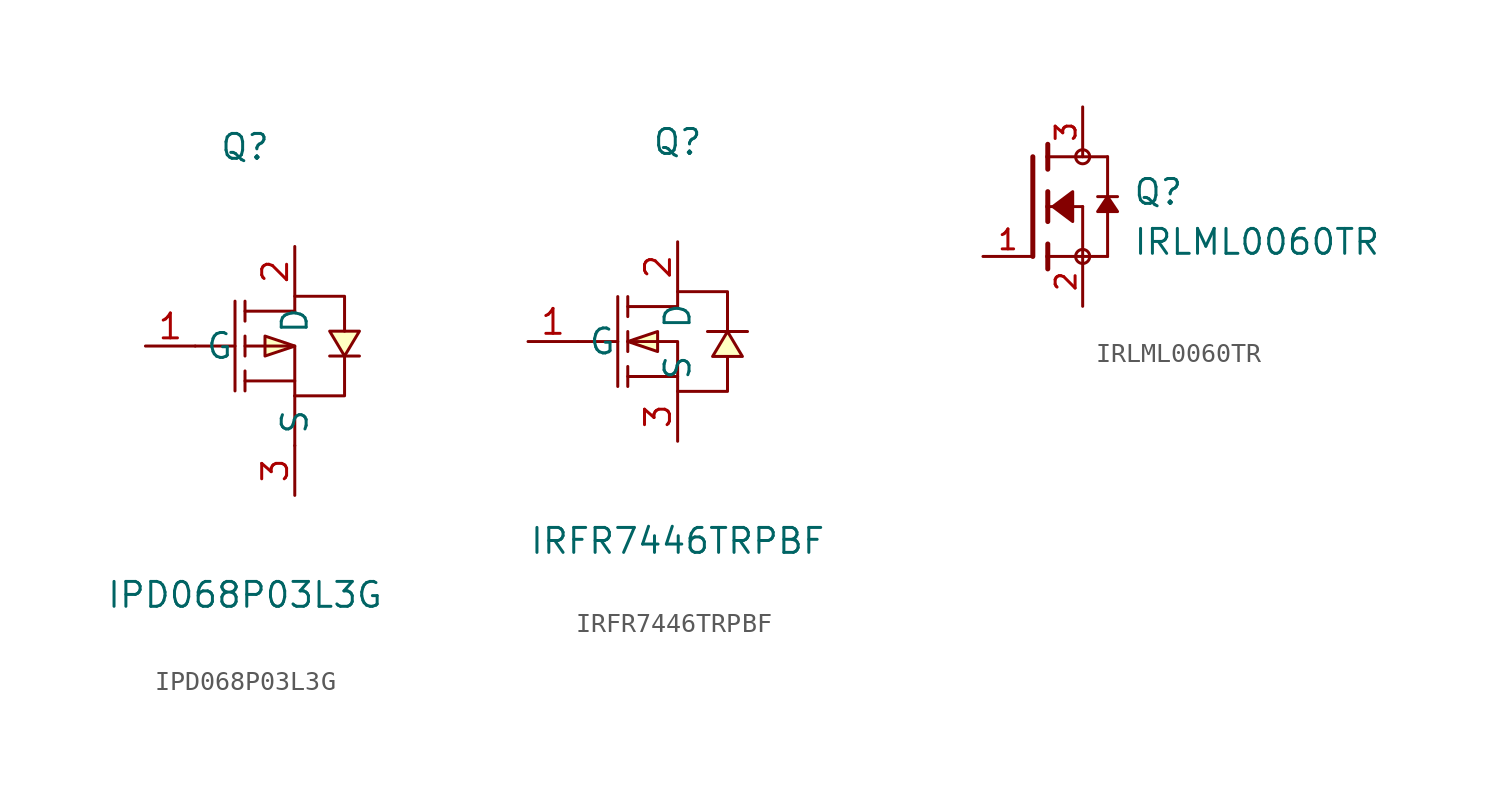
<source format=kicad_sym>
(kicad_symbol_lib
  (version 20231120)
  (generator "kicad_symbol_editor")
  (generator_version "8.0")
  (symbol "IPD068P03L3G"
    (property "Reference" "Q"
      (at 0 11.43 0)
      (effects (font (size 1.27 1.27))))
    (property "Value" "IPD068P03L3G"
      (at 0 -11.43 0)
      (effects (font (size 1.27 1.27))))
    (symbol "IPD068P03L3G_0_1"
      (polyline (pts (xy -2.54 1.27) (xy -0.51 1.27)) (stroke (width 0) (type default)) (fill (type none)))
      (polyline (pts (xy -0.51 3.56) (xy -0.51 -1.02)) (stroke (width 0) (type default)) (fill (type none)))
      (polyline (pts (xy 0 -1.02) (xy 0 0)) (stroke (width 0) (type default)) (fill (type none)))
      (polyline (pts (xy 0 0.76) (xy 0 1.78)) (stroke (width 0) (type default)) (fill (type none)))
      (polyline (pts (xy 0 2.54) (xy 0 3.56)) (stroke (width 0) (type default)) (fill (type none)))
      (polyline (pts (xy 2.54 -3.81) (xy 2.54 -1.27)) (stroke (width 0) (type default)) (fill (type none)))
      (polyline (pts (xy 2.54 -0.51) (xy 0 -0.51)) (stroke (width 0) (type default)) (fill (type none)))
      (polyline (pts (xy 2.54 3.05) (xy 0 3.05)) (stroke (width 0) (type default)) (fill (type none)))
      (polyline (pts (xy 0 1.27) (xy 2.54 1.27) (xy 2.54 -1.27)) (stroke (width 0) (type default)) (fill (type none)))
      (polyline (pts (xy 2.54 -1.27) (xy 5.08 -1.27) (xy 5.08 0.76)) (stroke (width 0) (type default)) (fill (type none)))
      (polyline (pts (xy 2.54 1.27) (xy 1.02 1.78) (xy 1.02 0.76) (xy 2.54 1.27)) (stroke (width 0) (type default)) (fill (type background)))
      (polyline (pts (xy 2.54 3.05) (xy 2.54 3.81) (xy 5.08 3.81) (xy 5.08 2.03)) (stroke (width 0) (type default)) (fill (type none)))
      (polyline (pts (xy 5.08 0.76) (xy 5.84 2.03) (xy 4.32 2.03) (xy 5.08 0.76)) (stroke (width 0) (type default)) (fill (type background)))
      (polyline (pts (xy 5.84 0.76) (xy 5.59 0.76) (xy 4.57 0.76) (xy 4.32 0.76)) (stroke (width 0) (type default)) (fill (type none)))
      (pin unspecified line (at -5.08 1.27 0) (length 2.54) (name "G" (effects (font (size 1.27 1.27)))) (number "1" (effects (font (size 1.27 1.27)))))
      (pin unspecified line (at 2.54 6.35 270) (length 2.54) (name "D" (effects (font (size 1.27 1.27)))) (number "2" (effects (font (size 1.27 1.27)))))
      (pin unspecified line (at 2.54 -6.35 90) (length 2.54) (name "S" (effects (font (size 1.27 1.27)))) (number "3" (effects (font (size 1.27 1.27)))))))
  (symbol "IRFR7446TRPBF"
    (property "Reference" "Q"
      (at 0 10.16 0)
      (effects (font (size 1.27 1.27))))
    (property "Value" "IRFR7446TRPBF"
      (at 0 -10.16 0)
      (effects (font (size 1.27 1.27))))
    (symbol "IRFR7446TRPBF_0_1"
      (polyline (pts (xy -5.08 0) (xy -3.05 0)) (stroke (width 0) (type default)) (fill (type none)))
      (polyline (pts (xy -3.05 2.29) (xy -3.05 -2.29)) (stroke (width 0) (type default)) (fill (type none)))
      (polyline (pts (xy -2.54 -2.29) (xy -2.54 -1.27)) (stroke (width 0) (type default)) (fill (type none)))
      (polyline (pts (xy -2.54 -0.51) (xy -2.54 0.51)) (stroke (width 0) (type default)) (fill (type none)))
      (polyline (pts (xy -2.54 2.29) (xy -2.54 1.27)) (stroke (width 0) (type default)) (fill (type none)))
      (polyline (pts (xy 0 -1.78) (xy -2.54 -1.78)) (stroke (width 0) (type default)) (fill (type none)))
      (polyline (pts (xy -2.54 0) (xy -1.02 -0.51) (xy -1.02 0.51) (xy -2.54 0)) (stroke (width 0) (type default)) (fill (type background)))
      (polyline (pts (xy 2.54 0.51) (xy 1.78 -0.76) (xy 3.3 -0.76) (xy 2.54 0.51)) (stroke (width 0) (type default)) (fill (type background)))
      (polyline (pts (xy 3.56 0.51) (xy 3.05 0.51) (xy 2.03 0.51) (xy 1.52 0.51)) (stroke (width 0) (type default)) (fill (type none)))
      (polyline (pts (xy -2.54 0) (xy 0 0) (xy 0 -2.54) (xy 2.54 -2.54) (xy 2.54 -0.76)) (stroke (width 0) (type default)) (fill (type none)))
      (polyline (pts (xy -2.54 1.78) (xy 0 1.78) (xy 0 2.54) (xy 2.54 2.54) (xy 2.54 0.51)) (stroke (width 0) (type default)) (fill (type none)))
      (pin unspecified line (at -7.62 0 0) (length 2.54) (name "G" (effects (font (size 1.27 1.27)))) (number "1" (effects (font (size 1.27 1.27)))))
      (pin unspecified line (at 0 5.08 270) (length 2.54) (name "D" (effects (font (size 1.27 1.27)))) (number "2" (effects (font (size 1.27 1.27)))))
      (pin unspecified line (at 0 -5.08 90) (length 2.54) (name "S" (effects (font (size 1.27 1.27)))) (number "3" (effects (font (size 1.27 1.27)))))))
  (symbol "IRLML0060TR"
    (pin_names
      (offset 1.016))
    (property "Reference" "Q"
      (at 5.085 0 0)
      (effects (font (size 1.27 1.27)) (justify left bottom)))
    (property "Value" "IRLML0060TR"
      (at 5.087 -2.544 0)
      (effects (font (size 1.27 1.27)) (justify left bottom)))
    (symbol "IRLML0060TR_0_0"
      (polyline (pts (xy 0 2.54) (xy 0 -2.54)) (stroke (width 0.254) (type default)) (fill (type none)))
      (polyline (pts (xy 0.762 -2.54) (xy 0.762 -3.175)) (stroke (width 0.254) (type default)) (fill (type none)))
      (polyline (pts (xy 0.762 -1.905) (xy 0.762 -2.54)) (stroke (width 0.254) (type default)) (fill (type none)))
      (polyline (pts (xy 0.762 0) (xy 0.762 -0.762)) (stroke (width 0.254) (type default)) (fill (type none)))
      (polyline (pts (xy 0.762 0) (xy 2.54 0)) (stroke (width 0.152) (type default)) (fill (type none)))
      (polyline (pts (xy 0.762 0.762) (xy 0.762 0)) (stroke (width 0.254) (type default)) (fill (type none)))
      (polyline (pts (xy 0.762 2.54) (xy 0.762 1.905)) (stroke (width 0.254) (type default)) (fill (type none)))
      (polyline (pts (xy 0.762 2.54) (xy 3.81 2.54)) (stroke (width 0.152) (type default)) (fill (type none)))
      (polyline (pts (xy 0.762 3.175) (xy 0.762 2.54)) (stroke (width 0.254) (type default)) (fill (type none)))
      (polyline (pts (xy 2.54 -2.54) (xy 0.762 -2.54)) (stroke (width 0.152) (type default)) (fill (type none)))
      (polyline (pts (xy 2.54 -2.54) (xy 3.81 -2.54)) (stroke (width 0.152) (type default)) (fill (type none)))
      (polyline (pts (xy 2.54 0) (xy 2.54 -2.54)) (stroke (width 0.152) (type default)) (fill (type none)))
      (polyline (pts (xy 3.81 0.508) (xy 3.302 0.508)) (stroke (width 0.152) (type default)) (fill (type none)))
      (polyline (pts (xy 3.81 0.508) (xy 3.81 -2.54)) (stroke (width 0.152) (type default)) (fill (type none)))
      (polyline (pts (xy 3.81 2.54) (xy 3.81 0.508)) (stroke (width 0.152) (type default)) (fill (type none)))
      (polyline (pts (xy 4.318 0.508) (xy 3.81 0.508)) (stroke (width 0.152) (type default)) (fill (type none)))
      (polyline (pts (xy 1.016 0) (xy 2.032 0.762) (xy 2.032 -0.762) (xy 1.016 0)) (stroke (width 0.152) (type default)) (fill (type outline)))
      (polyline (pts (xy 3.81 0.508) (xy 3.302 -0.254) (xy 4.318 -0.254) (xy 3.81 0.508)) (stroke (width 0.152) (type default)) (fill (type outline)))
      (circle (center 2.54 -2.54) (radius 0.359) (stroke (width 0) (type default)) (fill (type none)))
      (circle (center 2.54 2.54) (radius 0.359) (stroke (width 0) (type default)) (fill (type none)))
      (pin passive line (at -2.54 -2.54 0) (length 2.54) (name "~" (effects (font (size 1.016 1.016)))) (number "1" (effects (font (size 1.016 1.016)))))
      (pin passive line (at 2.54 -5.08 90) (length 2.54) (name "~" (effects (font (size 1.016 1.016)))) (number "2" (effects (font (size 1.016 1.016)))))
      (pin passive line (at 2.54 5.08 270) (length 2.54) (name "~" (effects (font (size 1.016 1.016)))) (number "3" (effects (font (size 1.016 1.016))))))))
</source>
